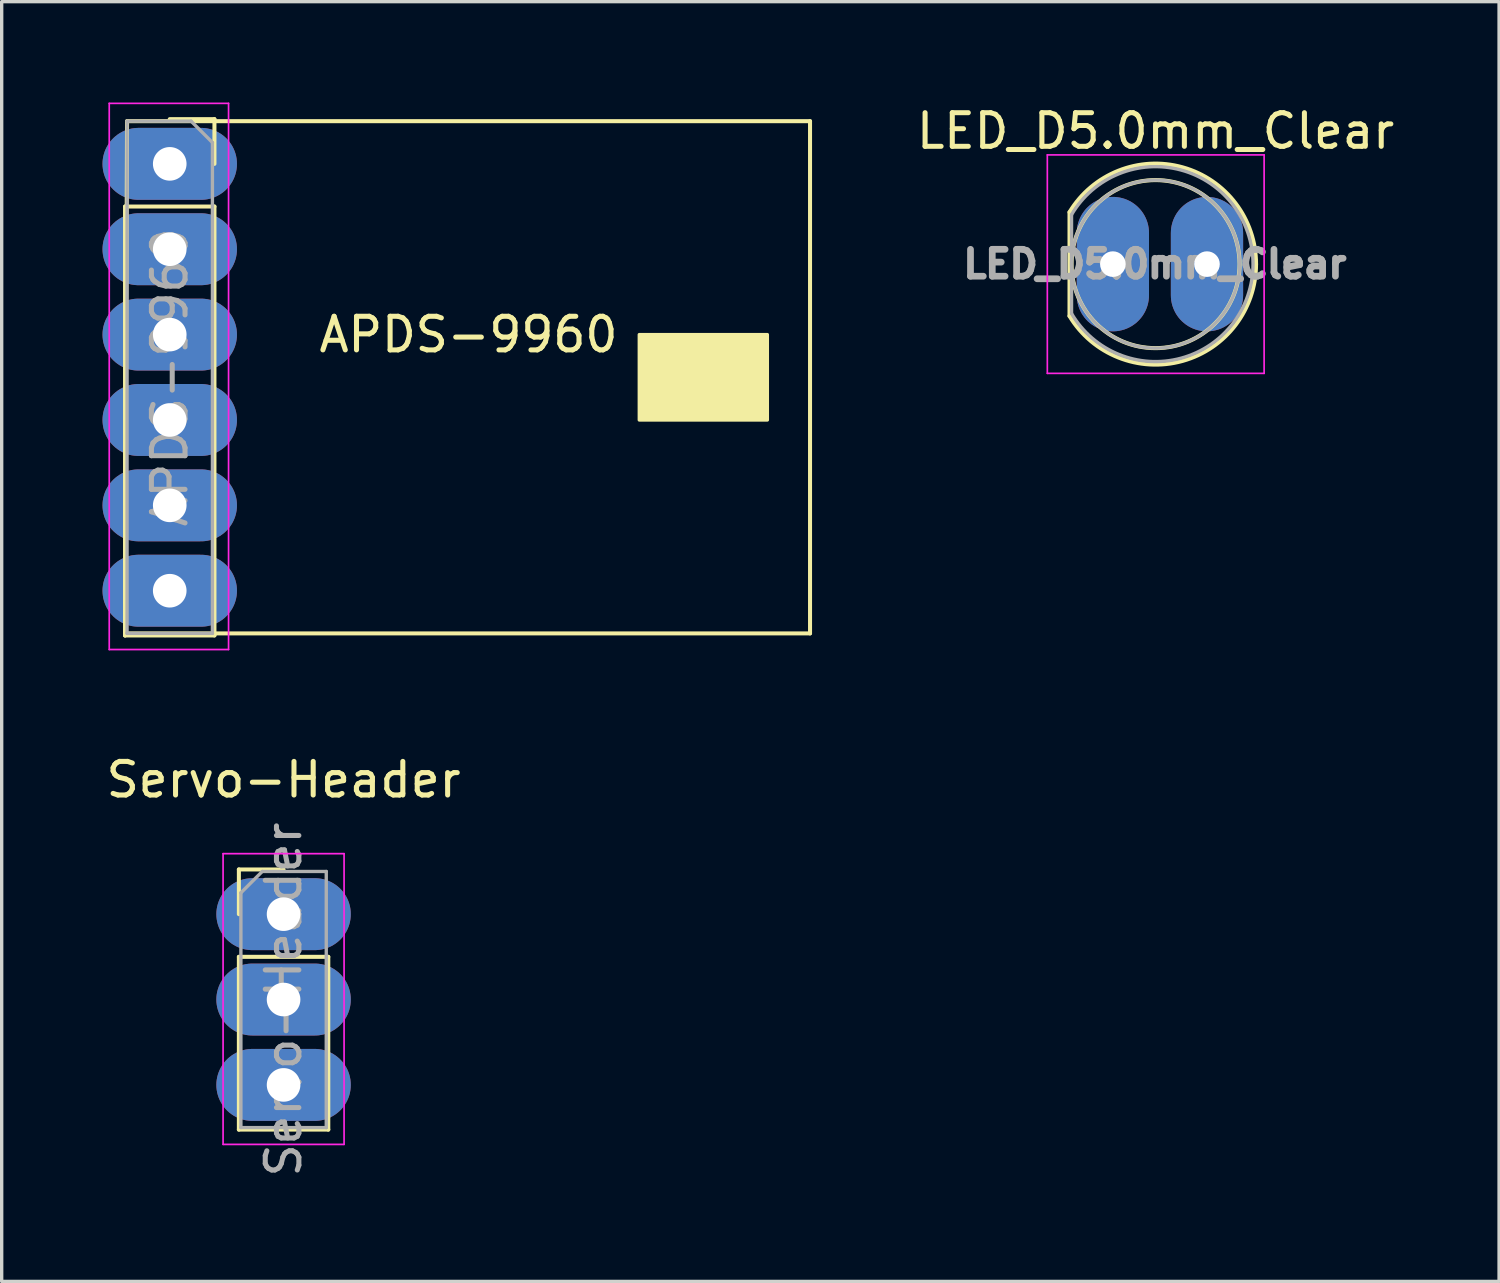
<source format=kicad_pcb>
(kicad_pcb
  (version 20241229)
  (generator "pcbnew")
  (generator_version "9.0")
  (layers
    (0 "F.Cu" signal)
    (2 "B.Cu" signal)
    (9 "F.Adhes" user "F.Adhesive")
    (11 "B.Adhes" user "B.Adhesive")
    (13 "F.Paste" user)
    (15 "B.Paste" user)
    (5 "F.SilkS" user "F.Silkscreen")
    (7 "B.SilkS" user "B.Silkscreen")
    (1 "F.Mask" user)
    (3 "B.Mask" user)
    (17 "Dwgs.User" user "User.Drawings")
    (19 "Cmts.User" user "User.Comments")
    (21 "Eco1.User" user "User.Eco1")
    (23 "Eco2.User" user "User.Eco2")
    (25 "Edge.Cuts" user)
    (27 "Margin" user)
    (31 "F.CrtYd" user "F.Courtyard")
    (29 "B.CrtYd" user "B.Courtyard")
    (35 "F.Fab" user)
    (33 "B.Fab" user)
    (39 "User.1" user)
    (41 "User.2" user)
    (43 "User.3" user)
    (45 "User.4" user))
  (footprint "LED_D5.0mm_Clear"
    (layer "F.Cu")
    (at 30.06 4.808)
    (property "Reference" "LED_D5.0mm_Clear" (at 1.27 -3.96 0) (layer "F.SilkS") (effects (font (size 1 1) (thickness 0.15))))
    (attr through_hole)
    (fp_line (start -1.29 -1.545) (end -1.29 1.545) (stroke (width 0.12) (type solid)) (layer "F.SilkS"))
    (fp_arc (start -1.29 -1.54483) (mid 2.072002 -2.880433) (end 4.26 0.000462) (stroke (width 0.12) (type solid)) (layer "F.SilkS"))
    (fp_arc (start 4.26 -0.000462) (mid 2.072002 2.880433) (end -1.29 1.54483) (stroke (width 0.12) (type solid)) (layer "F.SilkS"))
    (fp_circle (center 1.27 0) (end 3.77 0) (stroke (width 0.12) (type solid)) (fill no) (layer "F.SilkS"))
    (fp_line (start -1.95 -3.25) (end -1.95 3.25) (stroke (width 0.05) (type solid)) (layer "F.CrtYd"))
    (fp_line (start -1.95 3.25) (end 4.5 3.25) (stroke (width 0.05) (type solid)) (layer "F.CrtYd"))
    (fp_line (start 4.5 -3.25) (end -1.95 -3.25) (stroke (width 0.05) (type solid)) (layer "F.CrtYd"))
    (fp_line (start 4.5 3.25) (end 4.5 -3.25) (stroke (width 0.05) (type solid)) (layer "F.CrtYd"))
    (fp_line (start -1.23 -1.47) (end -1.23 1.47) (stroke (width 0.1) (type solid)) (layer "F.Fab"))
    (fp_arc (start -1.23 -1.469694) (mid 4.17 0.000016) (end -1.230016 1.469666) (stroke (width 0.1) (type solid)) (layer "F.Fab"))
    (fp_circle (center 1.27 0) (end 3.77 0) (stroke (width 0.1) (type solid)) (fill no) (layer "F.Fab"))
    (fp_text user "${REFERENCE}" (at 1.25 0 0) (layer "F.Fab") (effects (font (size 0.8 0.8) (thickness 0.2))))
    (pad "1" thru_hole oval (at 0 0) (size 2.15 4) (drill 0.762) (layers "*.Cu" "*.Mask"))
    (pad "2" thru_hole oval (at 2.8 0) (size 2.15 4) (drill 0.762) (layers "*.Cu" "*.Mask")))
  (footprint "Servo-Header"
    (layer "F.Cu")
    (at 5.387 24.148)
    (property "Reference" "Servo-Header" (at 0 -4 0) (layer "F.SilkS") (effects (font (size 1 1) (thickness 0.15))))
    (attr through_hole)
    (fp_line (start -1.33 -1.33) (end 0 -1.33) (stroke (width 0.12) (type solid)) (layer "F.SilkS"))
    (fp_line (start -1.33 0) (end -1.33 -1.33) (stroke (width 0.12) (type solid)) (layer "F.SilkS"))
    (fp_line (start -1.33 1.27) (end -1.33 6.41) (stroke (width 0.12) (type solid)) (layer "F.SilkS"))
    (fp_line (start -1.33 1.27) (end 1.33 1.27) (stroke (width 0.12) (type solid)) (layer "F.SilkS"))
    (fp_line (start -1.33 6.41) (end 1.33 6.41) (stroke (width 0.12) (type solid)) (layer "F.SilkS"))
    (fp_line (start 1.33 1.27) (end 1.33 6.41) (stroke (width 0.12) (type solid)) (layer "F.SilkS"))
    (fp_line (start -1.8 -1.8) (end -1.8 6.85) (stroke (width 0.05) (type solid)) (layer "F.CrtYd"))
    (fp_line (start -1.8 6.85) (end 1.8 6.85) (stroke (width 0.05) (type solid)) (layer "F.CrtYd"))
    (fp_line (start 1.8 -1.8) (end -1.8 -1.8) (stroke (width 0.05) (type solid)) (layer "F.CrtYd"))
    (fp_line (start 1.8 6.85) (end 1.8 -1.8) (stroke (width 0.05) (type solid)) (layer "F.CrtYd"))
    (fp_line (start -1.27 -0.635) (end -0.635 -1.27) (stroke (width 0.1) (type solid)) (layer "F.Fab"))
    (fp_line (start -1.27 6.35) (end -1.27 -0.635) (stroke (width 0.1) (type solid)) (layer "F.Fab"))
    (fp_line (start -0.635 -1.27) (end 1.27 -1.27) (stroke (width 0.1) (type solid)) (layer "F.Fab"))
    (fp_line (start 1.27 -1.27) (end 1.27 6.35) (stroke (width 0.1) (type solid)) (layer "F.Fab"))
    (fp_line (start 1.27 6.35) (end -1.27 6.35) (stroke (width 0.1) (type solid)) (layer "F.Fab"))
    (fp_text user "${REFERENCE}" (at 0 2.54 90) (layer "F.Fab") (effects (font (size 1 1) (thickness 0.15))))
    (pad "1" thru_hole oval (at 0 0) (size 4 2.14) (drill 1) (layers "*.Cu" "*.Mask"))
    (pad "2" thru_hole oval (at 0 2.54) (size 4 2.14) (drill 1) (layers "*.Cu" "*.Mask"))
    (pad "3" thru_hole oval (at 0 5.08) (size 4 2.14) (drill 1) (layers "*.Cu" "*.Mask")))
  (footprint "APDS-9960"
    (layer "F.Cu")
    (at 2 1.825)
    (property "Reference" "APDS-9960" (at 8.89 5.08 0) (layer "F.SilkS") (effects (font (size 1 1) (thickness 0.15))))
    (attr through_hole)
    (fp_line (start -1.33 1.27) (end -1.33 14.03) (stroke (width 0.12) (type solid)) (layer "F.SilkS"))
    (fp_line (start -1.33 1.27) (end 1.33 1.27) (stroke (width 0.12) (type solid)) (layer "F.SilkS"))
    (fp_line (start -1.33 14.03) (end -1.27 -1.27) (stroke (width 0.12) (type solid)) (layer "F.SilkS"))
    (fp_line (start -1.33 14.03) (end 1.33 14.03) (stroke (width 0.12) (type solid)) (layer "F.SilkS"))
    (fp_line (start -1.27 -1.27) (end 19.05 -1.27) (stroke (width 0.12) (type solid)) (layer "F.SilkS"))
    (fp_line (start 0 -1.33) (end 1.33 -1.33) (stroke (width 0.12) (type solid)) (layer "F.SilkS"))
    (fp_line (start 1.33 -1.33) (end 1.33 0) (stroke (width 0.12) (type solid)) (layer "F.SilkS"))
    (fp_line (start 1.33 1.27) (end 1.33 14.03) (stroke (width 0.12) (type solid)) (layer "F.SilkS"))
    (fp_line (start 19.05 -1.27) (end 19.05 13.97) (stroke (width 0.12) (type solid)) (layer "F.SilkS"))
    (fp_line (start 19.05 13.97) (end -1.27 13.97) (stroke (width 0.12) (type solid)) (layer "F.SilkS"))
    (fp_poly (pts (xy 13.97 7.62) (xy 17.78 7.62) (xy 17.78 5.08) (xy 13.97 5.08)) (stroke (width 0.1) (type solid)) (fill yes) (layer "F.SilkS"))
    (fp_line (start -1.8 -1.8) (end 1.75 -1.8) (stroke (width 0.05) (type solid)) (layer "F.CrtYd"))
    (fp_line (start -1.8 14.45) (end -1.8 -1.8) (stroke (width 0.05) (type solid)) (layer "F.CrtYd"))
    (fp_line (start 1.75 -1.8) (end 1.75 14.45) (stroke (width 0.05) (type solid)) (layer "F.CrtYd"))
    (fp_line (start 1.75 14.45) (end -1.8 14.45) (stroke (width 0.05) (type solid)) (layer "F.CrtYd"))
    (fp_line (start -1.27 -1.27) (end 0.635 -1.27) (stroke (width 0.1) (type solid)) (layer "F.Fab"))
    (fp_line (start -1.27 13.97) (end -1.27 -1.27) (stroke (width 0.1) (type solid)) (layer "F.Fab"))
    (fp_line (start 0.635 -1.27) (end 1.27 -0.635) (stroke (width 0.1) (type solid)) (layer "F.Fab"))
    (fp_line (start 1.27 -0.635) (end 1.27 13.97) (stroke (width 0.1) (type solid)) (layer "F.Fab"))
    (fp_line (start 1.27 13.97) (end -1.27 13.97) (stroke (width 0.1) (type solid)) (layer "F.Fab"))
    (fp_text user "${REFERENCE}" (at 0 6.35 90) (layer "F.Fab") (effects (font (size 1 1) (thickness 0.15))))
    (pad "1" thru_hole oval (at 0 0) (size 4 2.14) (drill 1) (layers "*.Cu" "*.Mask"))
    (pad "2" thru_hole oval (at 0 2.54) (size 4 2.14) (drill 1) (layers "*.Cu" "*.Mask"))
    (pad "3" thru_hole oval (at 0 5.08) (size 4 2.14) (drill 1) (layers "*.Cu" "*.Mask"))
    (pad "4" thru_hole oval (at 0 7.62) (size 4 2.14) (drill 1) (layers "*.Cu" "*.Mask"))
    (pad "5" thru_hole oval (at 0 10.16) (size 4 2.14) (drill 1) (layers "*.Cu" "*.Mask"))
    (pad "6" thru_hole oval (at 0 12.7) (size 4 2.14) (drill 1) (layers "*.Cu" "*.Mask")))
  (gr_rect
    (start -3 -3)
    (end 41.55 35.075)
    (stroke (width 0.1) (type default))
    (fill no)
    (layer "Edge.Cuts")))
</source>
